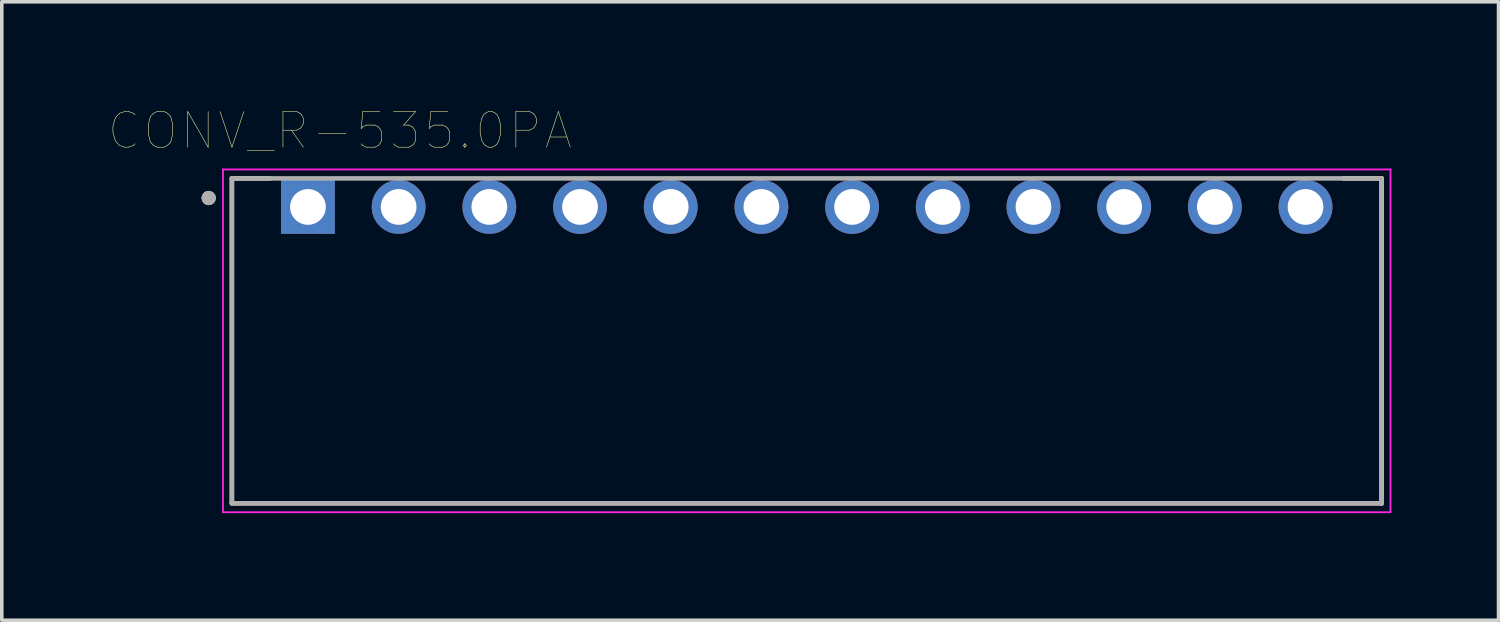
<source format=kicad_pcb>
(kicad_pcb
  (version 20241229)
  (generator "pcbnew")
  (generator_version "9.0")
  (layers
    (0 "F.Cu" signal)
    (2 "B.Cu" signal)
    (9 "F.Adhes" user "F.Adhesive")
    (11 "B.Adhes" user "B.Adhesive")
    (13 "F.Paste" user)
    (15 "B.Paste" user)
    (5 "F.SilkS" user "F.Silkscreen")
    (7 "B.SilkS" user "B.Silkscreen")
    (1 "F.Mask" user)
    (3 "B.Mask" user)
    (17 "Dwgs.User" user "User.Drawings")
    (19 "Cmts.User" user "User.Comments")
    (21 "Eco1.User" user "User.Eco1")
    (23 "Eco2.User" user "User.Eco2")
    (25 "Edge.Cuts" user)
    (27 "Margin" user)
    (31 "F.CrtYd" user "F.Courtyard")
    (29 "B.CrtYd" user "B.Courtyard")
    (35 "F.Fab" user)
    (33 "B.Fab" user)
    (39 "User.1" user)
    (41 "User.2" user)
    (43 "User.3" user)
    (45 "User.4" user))
  (footprint "CONV_R-535.0PA"
    (layer "F.Cu")
    (at 19.545 6.496)
    (property "Reference" "CONV_R-535.0PA" (at -13.075 -5.885 0) (layer "F.SilkS") (effects (font (size 1 1) (thickness 0.015))))
    (attr through_hole)
    (fp_line (start -16.1 -4.55) (end -16.1 4.55) (stroke (width 0.127) (type solid)) (layer "F.SilkS"))
    (fp_line (start -16.1 4.55) (end 16.1 4.55) (stroke (width 0.127) (type solid)) (layer "F.SilkS"))
    (fp_line (start -15.03 -4.55) (end -16.1 -4.55) (stroke (width 0.127) (type solid)) (layer "F.SilkS"))
    (fp_line (start 16.1 -4.55) (end 15.03 -4.55) (stroke (width 0.127) (type solid)) (layer "F.SilkS"))
    (fp_line (start 16.1 4.55) (end 16.1 -4.55) (stroke (width 0.127) (type solid)) (layer "F.SilkS"))
    (fp_circle (center -16.75 -4) (end -16.65 -4) (stroke (width 0.2) (type solid)) (fill no) (layer "F.SilkS"))
    (fp_line (start -16.35 -4.8) (end 16.35 -4.8) (stroke (width 0.05) (type solid)) (layer "F.CrtYd"))
    (fp_line (start -16.35 4.8) (end -16.35 -4.8) (stroke (width 0.05) (type solid)) (layer "F.CrtYd"))
    (fp_line (start 16.35 -4.8) (end 16.35 4.8) (stroke (width 0.05) (type solid)) (layer "F.CrtYd"))
    (fp_line (start 16.35 4.8) (end -16.35 4.8) (stroke (width 0.05) (type solid)) (layer "F.CrtYd"))
    (fp_line (start -16.1 -4.55) (end -16.1 4.55) (stroke (width 0.127) (type solid)) (layer "F.Fab"))
    (fp_line (start -16.1 4.55) (end 16.1 4.55) (stroke (width 0.127) (type solid)) (layer "F.Fab"))
    (fp_line (start 16.1 -4.55) (end -16.1 -4.55) (stroke (width 0.127) (type solid)) (layer "F.Fab"))
    (fp_line (start 16.1 4.55) (end 16.1 -4.55) (stroke (width 0.127) (type solid)) (layer "F.Fab"))
    (fp_circle (center -16.75 -4) (end -16.65 -4) (stroke (width 0.2) (type solid)) (fill no) (layer "F.Fab"))
    (pad "1" thru_hole rect (at -13.97 -3.75) (size 1.508 1.508) (drill 1) (layers "*.Cu" "*.Mask"))
    (pad "2" thru_hole circle (at -11.43 -3.75) (size 1.508 1.508) (drill 1) (layers "*.Cu" "*.Mask"))
    (pad "3" thru_hole circle (at -8.89 -3.75) (size 1.508 1.508) (drill 1) (layers "*.Cu" "*.Mask"))
    (pad "4" thru_hole circle (at -6.35 -3.75) (size 1.508 1.508) (drill 1) (layers "*.Cu" "*.Mask"))
    (pad "5" thru_hole circle (at -3.81 -3.75) (size 1.508 1.508) (drill 1) (layers "*.Cu" "*.Mask"))
    (pad "6" thru_hole circle (at -1.27 -3.75) (size 1.508 1.508) (drill 1) (layers "*.Cu" "*.Mask"))
    (pad "7" thru_hole circle (at 1.27 -3.75) (size 1.508 1.508) (drill 1) (layers "*.Cu" "*.Mask"))
    (pad "8" thru_hole circle (at 3.81 -3.75) (size 1.508 1.508) (drill 1) (layers "*.Cu" "*.Mask"))
    (pad "9" thru_hole circle (at 6.35 -3.75) (size 1.508 1.508) (drill 1) (layers "*.Cu" "*.Mask"))
    (pad "10" thru_hole circle (at 8.89 -3.75) (size 1.508 1.508) (drill 1) (layers "*.Cu" "*.Mask"))
    (pad "11" thru_hole circle (at 11.43 -3.75) (size 1.508 1.508) (drill 1) (layers "*.Cu" "*.Mask"))
    (pad "12" thru_hole circle (at 13.97 -3.75) (size 1.508 1.508) (drill 1) (layers "*.Cu" "*.Mask")))
  (gr_rect
    (start -3 -3)
    (end 38.92 14.321)
    (stroke (width 0.1) (type default))
    (fill no)
    (layer "Edge.Cuts")))
</source>
